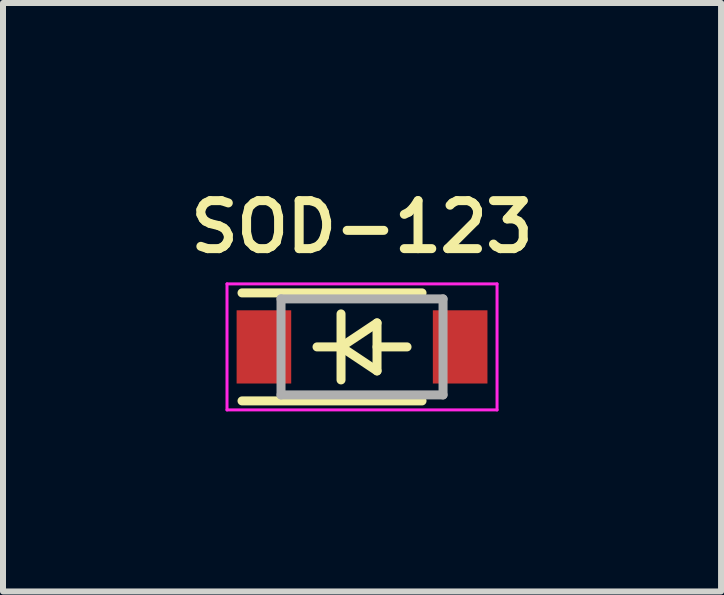
<source format=kicad_pcb>
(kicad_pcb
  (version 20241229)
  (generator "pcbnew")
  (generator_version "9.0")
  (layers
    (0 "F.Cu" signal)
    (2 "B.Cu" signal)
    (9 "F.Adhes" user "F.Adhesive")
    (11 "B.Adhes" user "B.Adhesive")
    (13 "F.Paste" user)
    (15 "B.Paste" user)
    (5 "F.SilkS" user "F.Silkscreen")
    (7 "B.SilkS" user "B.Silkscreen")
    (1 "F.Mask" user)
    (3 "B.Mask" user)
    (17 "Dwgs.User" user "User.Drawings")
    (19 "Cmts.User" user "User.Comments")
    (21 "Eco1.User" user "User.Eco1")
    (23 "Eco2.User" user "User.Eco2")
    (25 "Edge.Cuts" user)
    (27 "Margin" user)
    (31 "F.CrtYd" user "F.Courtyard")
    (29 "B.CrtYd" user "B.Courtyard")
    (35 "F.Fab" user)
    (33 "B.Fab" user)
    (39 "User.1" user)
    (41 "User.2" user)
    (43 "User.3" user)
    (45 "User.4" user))
  (footprint "SOD-123"
    (layer "F.Cu")
    (at 2.983 2.731)
    (property "Reference" "SOD-123" (at 0 -2 0) (layer "F.SilkS") (effects (font (size 0.8 0.8) (thickness 0.15))))
    (attr smd)
    (fp_line (start -2 -0.9) (end 1 -0.9) (stroke (width 0.15) (type solid)) (layer "F.SilkS"))
    (fp_line (start -2 0.9) (end 1 0.9) (stroke (width 0.15) (type solid)) (layer "F.SilkS"))
    (fp_line (start -0.75 0) (end -0.35 0) (stroke (width 0.15) (type solid)) (layer "F.SilkS"))
    (fp_line (start -0.35 0) (end -0.35 -0.55) (stroke (width 0.15) (type solid)) (layer "F.SilkS"))
    (fp_line (start -0.35 0) (end -0.35 0.55) (stroke (width 0.15) (type solid)) (layer "F.SilkS"))
    (fp_line (start -0.35 0) (end 0.25 -0.4) (stroke (width 0.15) (type solid)) (layer "F.SilkS"))
    (fp_line (start 0.25 -0.4) (end 0.25 0.4) (stroke (width 0.15) (type solid)) (layer "F.SilkS"))
    (fp_line (start 0.25 0) (end 0.75 0) (stroke (width 0.15) (type solid)) (layer "F.SilkS"))
    (fp_line (start 0.25 0.4) (end -0.35 0) (stroke (width 0.15) (type solid)) (layer "F.SilkS"))
    (fp_line (start -2.25 -1.05) (end -2.25 1.05) (stroke (width 0.05) (type solid)) (layer "F.CrtYd"))
    (fp_line (start -2.25 -1.05) (end 2.25 -1.05) (stroke (width 0.05) (type solid)) (layer "F.CrtYd"))
    (fp_line (start 2.25 -1.05) (end 2.25 1.05) (stroke (width 0.05) (type solid)) (layer "F.CrtYd"))
    (fp_line (start 2.25 1.05) (end -2.25 1.05) (stroke (width 0.05) (type solid)) (layer "F.CrtYd"))
    (fp_line (start -1.35 -0.8) (end 1.35 -0.8) (stroke (width 0.15) (type solid)) (layer "F.Fab"))
    (fp_line (start -1.35 0.8) (end -1.35 -0.8) (stroke (width 0.15) (type solid)) (layer "F.Fab"))
    (fp_line (start 1.35 -0.8) (end 1.35 0.8) (stroke (width 0.15) (type solid)) (layer "F.Fab"))
    (fp_line (start 1.35 0.8) (end -1.35 0.8) (stroke (width 0.15) (type solid)) (layer "F.Fab"))
    (pad "1" smd rect (at -1.635 0) (size 0.91 1.22) (layers "F.Cu" "F.Mask" "F.Paste"))
    (pad "2" smd rect (at 1.635 0) (size 0.91 1.22) (layers "F.Cu" "F.Mask" "F.Paste")))
  (gr_rect
    (start -3 -3)
    (end 8.966 6.806)
    (stroke (width 0.1) (type default))
    (fill no)
    (layer "Edge.Cuts")))
</source>
